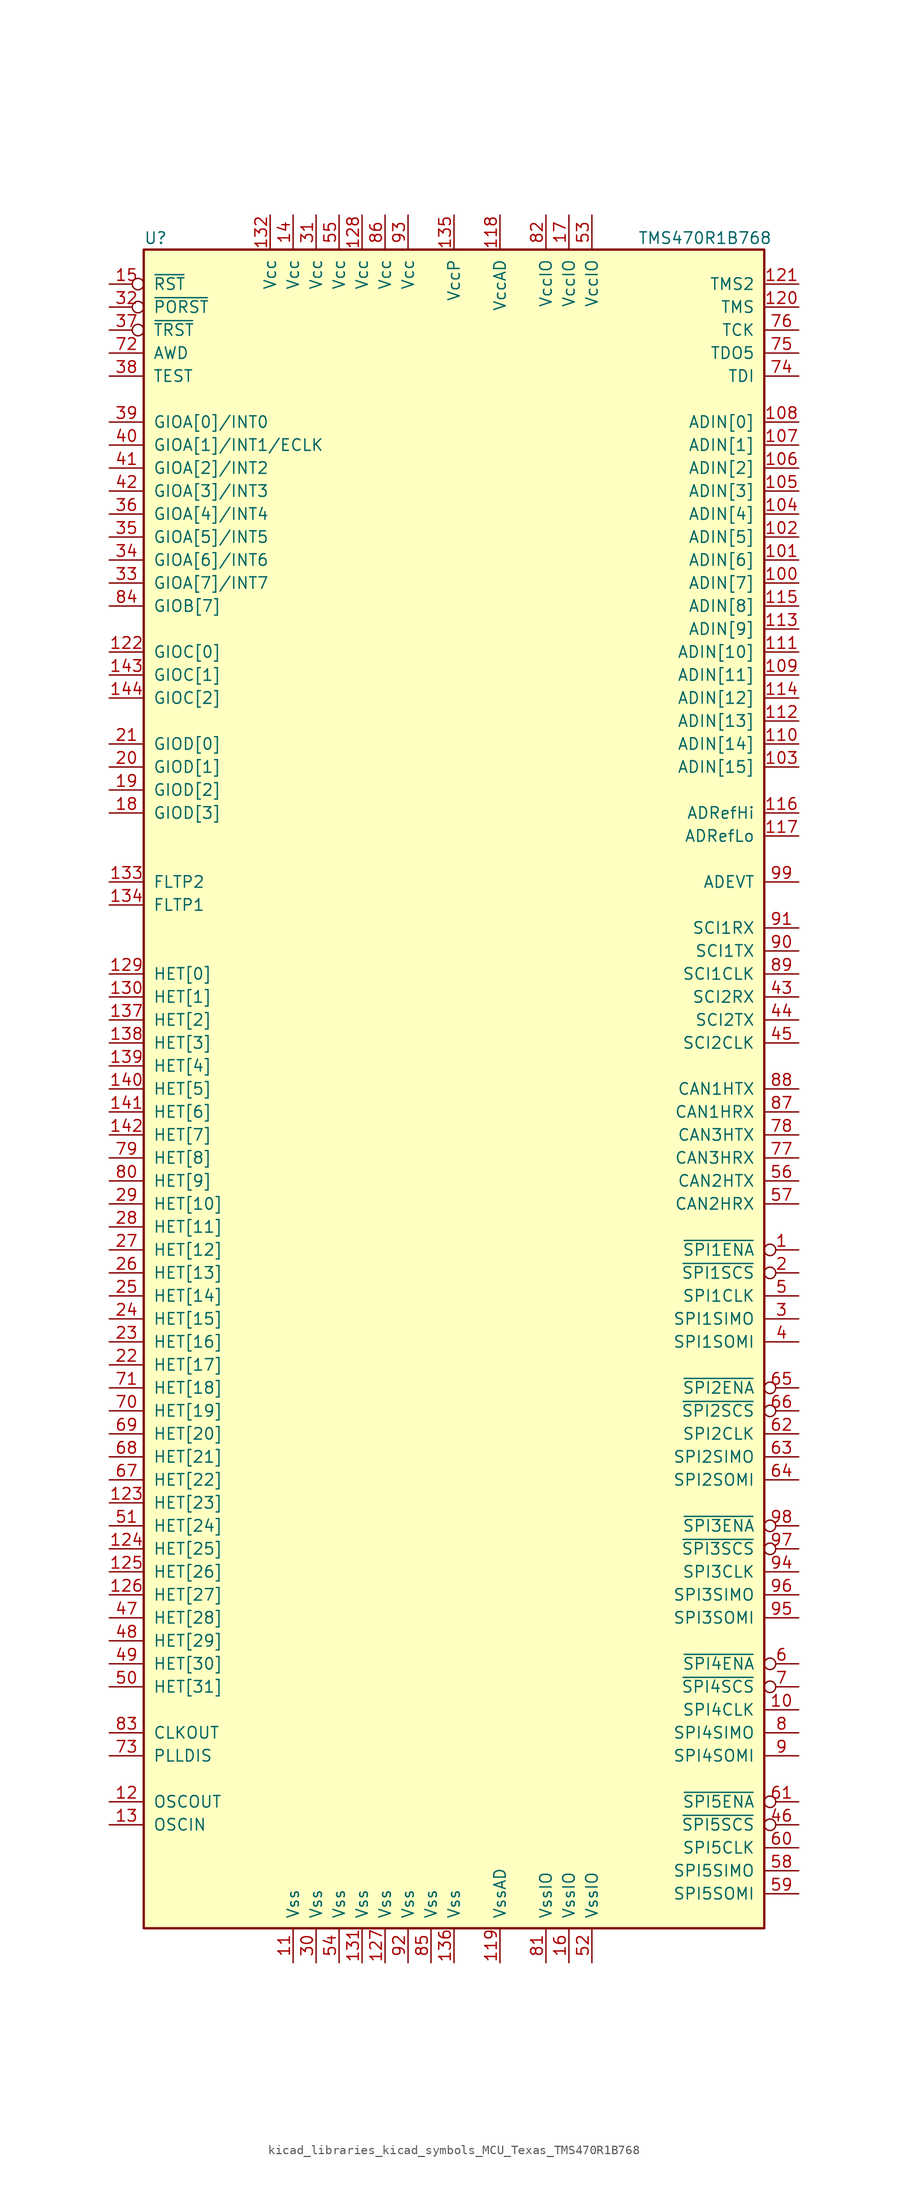
<source format=kicad_sym>
(kicad_symbol_lib
  (version 20220914)
  (generator kicad_symbol_editor)
  (symbol "kicad_libraries_kicad_symbols_MCU_Texas_TMS470R1B768"
    (pin_names
      (offset 1.016))
    (property "Reference" "U"
      (at -34.29 93.98 0)
      (effects (font (size 1.27 1.27)) (justify left)))
    (property "Value" "TMS470R1B768"
      (at 20.32 93.98 0)
      (effects (font (size 1.27 1.27)) (justify left)))
    (symbol "kicad_libraries_kicad_symbols_MCU_Texas_TMS470R1B768_0_1"
      (rectangle (start -34.29 92.71) (end 34.29 -92.71) (stroke (width 0.254) (type default)) (fill (type background))))
    (symbol "kicad_libraries_kicad_symbols_MCU_Texas_TMS470R1B768_1_1"
      (pin passive inverted (at 38.1 -17.78 180) (length 3.81) (name "~{SPI1ENA}" (effects (font (size 1.27 1.27)))) (number "1" (effects (font (size 1.27 1.27)))))
      (pin passive line (at 38.1 -68.58 180) (length 3.81) (name "SPI4CLK" (effects (font (size 1.27 1.27)))) (number "10" (effects (font (size 1.27 1.27)))))
      (pin passive line (at 38.1 55.88 180) (length 3.81) (name "ADIN[7]" (effects (font (size 1.27 1.27)))) (number "100" (effects (font (size 1.27 1.27)))))
      (pin passive line (at 38.1 58.42 180) (length 3.81) (name "ADIN[6]" (effects (font (size 1.27 1.27)))) (number "101" (effects (font (size 1.27 1.27)))))
      (pin passive line (at 38.1 60.96 180) (length 3.81) (name "ADIN[5]" (effects (font (size 1.27 1.27)))) (number "102" (effects (font (size 1.27 1.27)))))
      (pin passive line (at 38.1 35.56 180) (length 3.81) (name "ADIN[15]" (effects (font (size 1.27 1.27)))) (number "103" (effects (font (size 1.27 1.27)))))
      (pin passive line (at 38.1 63.5 180) (length 3.81) (name "ADIN[4]" (effects (font (size 1.27 1.27)))) (number "104" (effects (font (size 1.27 1.27)))))
      (pin passive line (at 38.1 66.04 180) (length 3.81) (name "ADIN[3]" (effects (font (size 1.27 1.27)))) (number "105" (effects (font (size 1.27 1.27)))))
      (pin passive line (at 38.1 68.58 180) (length 3.81) (name "ADIN[2]" (effects (font (size 1.27 1.27)))) (number "106" (effects (font (size 1.27 1.27)))))
      (pin passive line (at 38.1 71.12 180) (length 3.81) (name "ADIN[1]" (effects (font (size 1.27 1.27)))) (number "107" (effects (font (size 1.27 1.27)))))
      (pin passive line (at 38.1 73.66 180) (length 3.81) (name "ADIN[0]" (effects (font (size 1.27 1.27)))) (number "108" (effects (font (size 1.27 1.27)))))
      (pin passive line (at 38.1 45.72 180) (length 3.81) (name "ADIN[11]" (effects (font (size 1.27 1.27)))) (number "109" (effects (font (size 1.27 1.27)))))
      (pin power_in line (at -17.78 -96.52 90) (length 3.81) (name "Vss" (effects (font (size 1.27 1.27)))) (number "11" (effects (font (size 1.27 1.27)))))
      (pin passive line (at 38.1 38.1 180) (length 3.81) (name "ADIN[14]" (effects (font (size 1.27 1.27)))) (number "110" (effects (font (size 1.27 1.27)))))
      (pin passive line (at 38.1 48.26 180) (length 3.81) (name "ADIN[10]" (effects (font (size 1.27 1.27)))) (number "111" (effects (font (size 1.27 1.27)))))
      (pin passive line (at 38.1 40.64 180) (length 3.81) (name "ADIN[13]" (effects (font (size 1.27 1.27)))) (number "112" (effects (font (size 1.27 1.27)))))
      (pin passive line (at 38.1 50.8 180) (length 3.81) (name "ADIN[9]" (effects (font (size 1.27 1.27)))) (number "113" (effects (font (size 1.27 1.27)))))
      (pin passive line (at 38.1 43.18 180) (length 3.81) (name "ADIN[12]" (effects (font (size 1.27 1.27)))) (number "114" (effects (font (size 1.27 1.27)))))
      (pin passive line (at 38.1 53.34 180) (length 3.81) (name "ADIN[8]" (effects (font (size 1.27 1.27)))) (number "115" (effects (font (size 1.27 1.27)))))
      (pin passive line (at 38.1 30.48 180) (length 3.81) (name "ADRefHi" (effects (font (size 1.27 1.27)))) (number "116" (effects (font (size 1.27 1.27)))))
      (pin passive line (at 38.1 27.94 180) (length 3.81) (name "ADRefLo" (effects (font (size 1.27 1.27)))) (number "117" (effects (font (size 1.27 1.27)))))
      (pin passive line (at 5.08 96.52 270) (length 3.81) (name "VccAD" (effects (font (size 1.27 1.27)))) (number "118" (effects (font (size 1.27 1.27)))))
      (pin passive line (at 5.08 -96.52 90) (length 3.81) (name "VssAD" (effects (font (size 1.27 1.27)))) (number "119" (effects (font (size 1.27 1.27)))))
      (pin passive line (at -38.1 -78.74 0) (length 3.81) (name "OSCOUT" (effects (font (size 1.27 1.27)))) (number "12" (effects (font (size 1.27 1.27)))))
      (pin passive line (at 38.1 86.36 180) (length 3.81) (name "TMS" (effects (font (size 1.27 1.27)))) (number "120" (effects (font (size 1.27 1.27)))))
      (pin passive line (at 38.1 88.9 180) (length 3.81) (name "TMS2" (effects (font (size 1.27 1.27)))) (number "121" (effects (font (size 1.27 1.27)))))
      (pin passive line (at -38.1 48.26 0) (length 3.81) (name "GIOC[0]" (effects (font (size 1.27 1.27)))) (number "122" (effects (font (size 1.27 1.27)))))
      (pin passive line (at -38.1 -45.72 0) (length 3.81) (name "HET[23]" (effects (font (size 1.27 1.27)))) (number "123" (effects (font (size 1.27 1.27)))))
      (pin passive line (at -38.1 -50.8 0) (length 3.81) (name "HET[25]" (effects (font (size 1.27 1.27)))) (number "124" (effects (font (size 1.27 1.27)))))
      (pin passive line (at -38.1 -53.34 0) (length 3.81) (name "HET[26]" (effects (font (size 1.27 1.27)))) (number "125" (effects (font (size 1.27 1.27)))))
      (pin passive line (at -38.1 -55.88 0) (length 3.81) (name "HET[27]" (effects (font (size 1.27 1.27)))) (number "126" (effects (font (size 1.27 1.27)))))
      (pin passive line (at -7.62 -96.52 90) (length 3.81) (name "Vss" (effects (font (size 1.27 1.27)))) (number "127" (effects (font (size 1.27 1.27)))))
      (pin passive line (at -10.16 96.52 270) (length 3.81) (name "Vcc" (effects (font (size 1.27 1.27)))) (number "128" (effects (font (size 1.27 1.27)))))
      (pin passive line (at -38.1 12.7 0) (length 3.81) (name "HET[0]" (effects (font (size 1.27 1.27)))) (number "129" (effects (font (size 1.27 1.27)))))
      (pin passive line (at -38.1 -81.28 0) (length 3.81) (name "OSCIN" (effects (font (size 1.27 1.27)))) (number "13" (effects (font (size 1.27 1.27)))))
      (pin passive line (at -38.1 10.16 0) (length 3.81) (name "HET[1]" (effects (font (size 1.27 1.27)))) (number "130" (effects (font (size 1.27 1.27)))))
      (pin passive line (at -10.16 -96.52 90) (length 3.81) (name "Vss" (effects (font (size 1.27 1.27)))) (number "131" (effects (font (size 1.27 1.27)))))
      (pin passive line (at -20.32 96.52 270) (length 3.81) (name "Vcc" (effects (font (size 1.27 1.27)))) (number "132" (effects (font (size 1.27 1.27)))))
      (pin passive line (at -38.1 22.86 0) (length 3.81) (name "FLTP2" (effects (font (size 1.27 1.27)))) (number "133" (effects (font (size 1.27 1.27)))))
      (pin passive line (at -38.1 20.32 0) (length 3.81) (name "FLTP1" (effects (font (size 1.27 1.27)))) (number "134" (effects (font (size 1.27 1.27)))))
      (pin passive line (at 0 96.52 270) (length 3.81) (name "VccP" (effects (font (size 1.27 1.27)))) (number "135" (effects (font (size 1.27 1.27)))))
      (pin passive line (at 0 -96.52 90) (length 3.81) (name "Vss" (effects (font (size 1.27 1.27)))) (number "136" (effects (font (size 1.27 1.27)))))
      (pin passive line (at -38.1 7.62 0) (length 3.81) (name "HET[2]" (effects (font (size 1.27 1.27)))) (number "137" (effects (font (size 1.27 1.27)))))
      (pin passive line (at -38.1 5.08 0) (length 3.81) (name "HET[3]" (effects (font (size 1.27 1.27)))) (number "138" (effects (font (size 1.27 1.27)))))
      (pin passive line (at -38.1 2.54 0) (length 3.81) (name "HET[4]" (effects (font (size 1.27 1.27)))) (number "139" (effects (font (size 1.27 1.27)))))
      (pin power_in line (at -17.78 96.52 270) (length 3.81) (name "Vcc" (effects (font (size 1.27 1.27)))) (number "14" (effects (font (size 1.27 1.27)))))
      (pin passive line (at -38.1 0 0) (length 3.81) (name "HET[5]" (effects (font (size 1.27 1.27)))) (number "140" (effects (font (size 1.27 1.27)))))
      (pin passive line (at -38.1 -2.54 0) (length 3.81) (name "HET[6]" (effects (font (size 1.27 1.27)))) (number "141" (effects (font (size 1.27 1.27)))))
      (pin passive line (at -38.1 -5.08 0) (length 3.81) (name "HET[7]" (effects (font (size 1.27 1.27)))) (number "142" (effects (font (size 1.27 1.27)))))
      (pin passive line (at -38.1 45.72 0) (length 3.81) (name "GIOC[1]" (effects (font (size 1.27 1.27)))) (number "143" (effects (font (size 1.27 1.27)))))
      (pin passive line (at -38.1 43.18 0) (length 3.81) (name "GIOC[2]" (effects (font (size 1.27 1.27)))) (number "144" (effects (font (size 1.27 1.27)))))
      (pin input inverted (at -38.1 88.9 0) (length 3.81) (name "~{RST}" (effects (font (size 1.27 1.27)))) (number "15" (effects (font (size 1.27 1.27)))))
      (pin power_in line (at 12.7 -96.52 90) (length 3.81) (name "VssIO" (effects (font (size 1.27 1.27)))) (number "16" (effects (font (size 1.27 1.27)))))
      (pin power_in line (at 12.7 96.52 270) (length 3.81) (name "VccIO" (effects (font (size 1.27 1.27)))) (number "17" (effects (font (size 1.27 1.27)))))
      (pin passive line (at -38.1 30.48 0) (length 3.81) (name "GIOD[3]" (effects (font (size 1.27 1.27)))) (number "18" (effects (font (size 1.27 1.27)))))
      (pin passive line (at -38.1 33.02 0) (length 3.81) (name "GIOD[2]" (effects (font (size 1.27 1.27)))) (number "19" (effects (font (size 1.27 1.27)))))
      (pin passive inverted (at 38.1 -20.32 180) (length 3.81) (name "~{SPI1SCS}" (effects (font (size 1.27 1.27)))) (number "2" (effects (font (size 1.27 1.27)))))
      (pin passive line (at -38.1 35.56 0) (length 3.81) (name "GIOD[1]" (effects (font (size 1.27 1.27)))) (number "20" (effects (font (size 1.27 1.27)))))
      (pin passive line (at -38.1 38.1 0) (length 3.81) (name "GIOD[0]" (effects (font (size 1.27 1.27)))) (number "21" (effects (font (size 1.27 1.27)))))
      (pin passive line (at -38.1 -30.48 0) (length 3.81) (name "HET[17]" (effects (font (size 1.27 1.27)))) (number "22" (effects (font (size 1.27 1.27)))))
      (pin passive line (at -38.1 -27.94 0) (length 3.81) (name "HET[16]" (effects (font (size 1.27 1.27)))) (number "23" (effects (font (size 1.27 1.27)))))
      (pin passive line (at -38.1 -25.4 0) (length 3.81) (name "HET[15]" (effects (font (size 1.27 1.27)))) (number "24" (effects (font (size 1.27 1.27)))))
      (pin passive line (at -38.1 -22.86 0) (length 3.81) (name "HET[14]" (effects (font (size 1.27 1.27)))) (number "25" (effects (font (size 1.27 1.27)))))
      (pin passive line (at -38.1 -20.32 0) (length 3.81) (name "HET[13]" (effects (font (size 1.27 1.27)))) (number "26" (effects (font (size 1.27 1.27)))))
      (pin passive line (at -38.1 -17.78 0) (length 3.81) (name "HET[12]" (effects (font (size 1.27 1.27)))) (number "27" (effects (font (size 1.27 1.27)))))
      (pin passive line (at -38.1 -15.24 0) (length 3.81) (name "HET[11]" (effects (font (size 1.27 1.27)))) (number "28" (effects (font (size 1.27 1.27)))))
      (pin passive line (at -38.1 -12.7 0) (length 3.81) (name "HET[10]" (effects (font (size 1.27 1.27)))) (number "29" (effects (font (size 1.27 1.27)))))
      (pin passive line (at 38.1 -25.4 180) (length 3.81) (name "SPI1SIMO" (effects (font (size 1.27 1.27)))) (number "3" (effects (font (size 1.27 1.27)))))
      (pin passive line (at -15.24 -96.52 90) (length 3.81) (name "Vss" (effects (font (size 1.27 1.27)))) (number "30" (effects (font (size 1.27 1.27)))))
      (pin passive line (at -15.24 96.52 270) (length 3.81) (name "Vcc" (effects (font (size 1.27 1.27)))) (number "31" (effects (font (size 1.27 1.27)))))
      (pin input inverted (at -38.1 86.36 0) (length 3.81) (name "~{PORST}" (effects (font (size 1.27 1.27)))) (number "32" (effects (font (size 1.27 1.27)))))
      (pin passive line (at -38.1 55.88 0) (length 3.81) (name "GIOA[7]/INT7" (effects (font (size 1.27 1.27)))) (number "33" (effects (font (size 1.27 1.27)))))
      (pin passive line (at -38.1 58.42 0) (length 3.81) (name "GIOA[6]/INT6" (effects (font (size 1.27 1.27)))) (number "34" (effects (font (size 1.27 1.27)))))
      (pin passive line (at -38.1 60.96 0) (length 3.81) (name "GIOA[5]/INT5" (effects (font (size 1.27 1.27)))) (number "35" (effects (font (size 1.27 1.27)))))
      (pin passive line (at -38.1 63.5 0) (length 3.81) (name "GIOA[4]/INT4" (effects (font (size 1.27 1.27)))) (number "36" (effects (font (size 1.27 1.27)))))
      (pin input inverted (at -38.1 83.82 0) (length 3.81) (name "~{TRST}" (effects (font (size 1.27 1.27)))) (number "37" (effects (font (size 1.27 1.27)))))
      (pin passive line (at -38.1 78.74 0) (length 3.81) (name "TEST" (effects (font (size 1.27 1.27)))) (number "38" (effects (font (size 1.27 1.27)))))
      (pin input line (at -38.1 73.66 0) (length 3.81) (name "GIOA[0]/INT0" (effects (font (size 1.27 1.27)))) (number "39" (effects (font (size 1.27 1.27)))))
      (pin passive line (at 38.1 -27.94 180) (length 3.81) (name "SPI1SOMI" (effects (font (size 1.27 1.27)))) (number "4" (effects (font (size 1.27 1.27)))))
      (pin passive line (at -38.1 71.12 0) (length 3.81) (name "GIOA[1]/INT1/ECLK" (effects (font (size 1.27 1.27)))) (number "40" (effects (font (size 1.27 1.27)))))
      (pin passive line (at -38.1 68.58 0) (length 3.81) (name "GIOA[2]/INT2" (effects (font (size 1.27 1.27)))) (number "41" (effects (font (size 1.27 1.27)))))
      (pin passive line (at -38.1 66.04 0) (length 3.81) (name "GIOA[3]/INT3" (effects (font (size 1.27 1.27)))) (number "42" (effects (font (size 1.27 1.27)))))
      (pin passive line (at 38.1 10.16 180) (length 3.81) (name "SCI2RX" (effects (font (size 1.27 1.27)))) (number "43" (effects (font (size 1.27 1.27)))))
      (pin passive line (at 38.1 7.62 180) (length 3.81) (name "SCI2TX" (effects (font (size 1.27 1.27)))) (number "44" (effects (font (size 1.27 1.27)))))
      (pin passive line (at 38.1 5.08 180) (length 3.81) (name "SCI2CLK" (effects (font (size 1.27 1.27)))) (number "45" (effects (font (size 1.27 1.27)))))
      (pin passive inverted (at 38.1 -81.28 180) (length 3.81) (name "~{SPI5SCS}" (effects (font (size 1.27 1.27)))) (number "46" (effects (font (size 1.27 1.27)))))
      (pin passive line (at -38.1 -58.42 0) (length 3.81) (name "HET[28]" (effects (font (size 1.27 1.27)))) (number "47" (effects (font (size 1.27 1.27)))))
      (pin passive line (at -38.1 -60.96 0) (length 3.81) (name "HET[29]" (effects (font (size 1.27 1.27)))) (number "48" (effects (font (size 1.27 1.27)))))
      (pin passive line (at -38.1 -63.5 0) (length 3.81) (name "HET[30]" (effects (font (size 1.27 1.27)))) (number "49" (effects (font (size 1.27 1.27)))))
      (pin passive line (at 38.1 -22.86 180) (length 3.81) (name "SPI1CLK" (effects (font (size 1.27 1.27)))) (number "5" (effects (font (size 1.27 1.27)))))
      (pin passive line (at -38.1 -66.04 0) (length 3.81) (name "HET[31]" (effects (font (size 1.27 1.27)))) (number "50" (effects (font (size 1.27 1.27)))))
      (pin passive line (at -38.1 -48.26 0) (length 3.81) (name "HET[24]" (effects (font (size 1.27 1.27)))) (number "51" (effects (font (size 1.27 1.27)))))
      (pin power_in line (at 15.24 -96.52 90) (length 3.81) (name "VssIO" (effects (font (size 1.27 1.27)))) (number "52" (effects (font (size 1.27 1.27)))))
      (pin power_in line (at 15.24 96.52 270) (length 3.81) (name "VccIO" (effects (font (size 1.27 1.27)))) (number "53" (effects (font (size 1.27 1.27)))))
      (pin power_in line (at -12.7 -96.52 90) (length 3.81) (name "Vss" (effects (font (size 1.27 1.27)))) (number "54" (effects (font (size 1.27 1.27)))))
      (pin unspecified line (at -12.7 96.52 270) (length 3.81) (name "Vcc" (effects (font (size 1.27 1.27)))) (number "55" (effects (font (size 1.27 1.27)))))
      (pin passive line (at 38.1 -10.16 180) (length 3.81) (name "CAN2HTX" (effects (font (size 1.27 1.27)))) (number "56" (effects (font (size 1.27 1.27)))))
      (pin passive line (at 38.1 -12.7 180) (length 3.81) (name "CAN2HRX" (effects (font (size 1.27 1.27)))) (number "57" (effects (font (size 1.27 1.27)))))
      (pin passive line (at 38.1 -86.36 180) (length 3.81) (name "SPI5SIMO" (effects (font (size 1.27 1.27)))) (number "58" (effects (font (size 1.27 1.27)))))
      (pin passive line (at 38.1 -88.9 180) (length 3.81) (name "SPI5SOMI" (effects (font (size 1.27 1.27)))) (number "59" (effects (font (size 1.27 1.27)))))
      (pin passive inverted (at 38.1 -63.5 180) (length 3.81) (name "~{SPI4ENA}" (effects (font (size 1.27 1.27)))) (number "6" (effects (font (size 1.27 1.27)))))
      (pin passive line (at 38.1 -83.82 180) (length 3.81) (name "SPI5CLK" (effects (font (size 1.27 1.27)))) (number "60" (effects (font (size 1.27 1.27)))))
      (pin passive inverted (at 38.1 -78.74 180) (length 3.81) (name "~{SPI5ENA}" (effects (font (size 1.27 1.27)))) (number "61" (effects (font (size 1.27 1.27)))))
      (pin passive line (at 38.1 -38.1 180) (length 3.81) (name "SPI2CLK" (effects (font (size 1.27 1.27)))) (number "62" (effects (font (size 1.27 1.27)))))
      (pin passive line (at 38.1 -40.64 180) (length 3.81) (name "SPI2SIMO" (effects (font (size 1.27 1.27)))) (number "63" (effects (font (size 1.27 1.27)))))
      (pin passive line (at 38.1 -43.18 180) (length 3.81) (name "SPI2SOMI" (effects (font (size 1.27 1.27)))) (number "64" (effects (font (size 1.27 1.27)))))
      (pin passive inverted (at 38.1 -33.02 180) (length 3.81) (name "~{SPI2ENA}" (effects (font (size 1.27 1.27)))) (number "65" (effects (font (size 1.27 1.27)))))
      (pin passive inverted (at 38.1 -35.56 180) (length 3.81) (name "~{SPI2SCS}" (effects (font (size 1.27 1.27)))) (number "66" (effects (font (size 1.27 1.27)))))
      (pin passive line (at -38.1 -43.18 0) (length 3.81) (name "HET[22]" (effects (font (size 1.27 1.27)))) (number "67" (effects (font (size 1.27 1.27)))))
      (pin passive line (at -38.1 -40.64 0) (length 3.81) (name "HET[21]" (effects (font (size 1.27 1.27)))) (number "68" (effects (font (size 1.27 1.27)))))
      (pin passive line (at -38.1 -38.1 0) (length 3.81) (name "HET[20]" (effects (font (size 1.27 1.27)))) (number "69" (effects (font (size 1.27 1.27)))))
      (pin passive inverted (at 38.1 -66.04 180) (length 3.81) (name "~{SPI4SCS}" (effects (font (size 1.27 1.27)))) (number "7" (effects (font (size 1.27 1.27)))))
      (pin passive line (at -38.1 -35.56 0) (length 3.81) (name "HET[19]" (effects (font (size 1.27 1.27)))) (number "70" (effects (font (size 1.27 1.27)))))
      (pin passive line (at -38.1 -33.02 0) (length 3.81) (name "HET[18]" (effects (font (size 1.27 1.27)))) (number "71" (effects (font (size 1.27 1.27)))))
      (pin passive line (at -38.1 81.28 0) (length 3.81) (name "AWD" (effects (font (size 1.27 1.27)))) (number "72" (effects (font (size 1.27 1.27)))))
      (pin passive line (at -38.1 -73.66 0) (length 3.81) (name "PLLDIS" (effects (font (size 1.27 1.27)))) (number "73" (effects (font (size 1.27 1.27)))))
      (pin passive line (at 38.1 78.74 180) (length 3.81) (name "TDI" (effects (font (size 1.27 1.27)))) (number "74" (effects (font (size 1.27 1.27)))))
      (pin passive line (at 38.1 81.28 180) (length 3.81) (name "TDO5" (effects (font (size 1.27 1.27)))) (number "75" (effects (font (size 1.27 1.27)))))
      (pin passive line (at 38.1 83.82 180) (length 3.81) (name "TCK" (effects (font (size 1.27 1.27)))) (number "76" (effects (font (size 1.27 1.27)))))
      (pin passive line (at 38.1 -7.62 180) (length 3.81) (name "CAN3HRX" (effects (font (size 1.27 1.27)))) (number "77" (effects (font (size 1.27 1.27)))))
      (pin passive line (at 38.1 -5.08 180) (length 3.81) (name "CAN3HTX" (effects (font (size 1.27 1.27)))) (number "78" (effects (font (size 1.27 1.27)))))
      (pin passive line (at -38.1 -7.62 0) (length 3.81) (name "HET[8]" (effects (font (size 1.27 1.27)))) (number "79" (effects (font (size 1.27 1.27)))))
      (pin passive line (at 38.1 -71.12 180) (length 3.81) (name "SPI4SIMO" (effects (font (size 1.27 1.27)))) (number "8" (effects (font (size 1.27 1.27)))))
      (pin passive line (at -38.1 -10.16 0) (length 3.81) (name "HET[9]" (effects (font (size 1.27 1.27)))) (number "80" (effects (font (size 1.27 1.27)))))
      (pin passive line (at 10.16 -96.52 90) (length 3.81) (name "VssIO" (effects (font (size 1.27 1.27)))) (number "81" (effects (font (size 1.27 1.27)))))
      (pin passive line (at 10.16 96.52 270) (length 3.81) (name "VccIO" (effects (font (size 1.27 1.27)))) (number "82" (effects (font (size 1.27 1.27)))))
      (pin passive line (at -38.1 -71.12 0) (length 3.81) (name "CLKOUT" (effects (font (size 1.27 1.27)))) (number "83" (effects (font (size 1.27 1.27)))))
      (pin passive line (at -38.1 53.34 0) (length 3.81) (name "GIOB[7]" (effects (font (size 1.27 1.27)))) (number "84" (effects (font (size 1.27 1.27)))))
      (pin passive line (at -2.54 -96.52 90) (length 3.81) (name "Vss" (effects (font (size 1.27 1.27)))) (number "85" (effects (font (size 1.27 1.27)))))
      (pin passive line (at -7.62 96.52 270) (length 3.81) (name "Vcc" (effects (font (size 1.27 1.27)))) (number "86" (effects (font (size 1.27 1.27)))))
      (pin passive line (at 38.1 -2.54 180) (length 3.81) (name "CAN1HRX" (effects (font (size 1.27 1.27)))) (number "87" (effects (font (size 1.27 1.27)))))
      (pin passive line (at 38.1 0 180) (length 3.81) (name "CAN1HTX" (effects (font (size 1.27 1.27)))) (number "88" (effects (font (size 1.27 1.27)))))
      (pin passive line (at 38.1 12.7 180) (length 3.81) (name "SCI1CLK" (effects (font (size 1.27 1.27)))) (number "89" (effects (font (size 1.27 1.27)))))
      (pin passive line (at 38.1 -73.66 180) (length 3.81) (name "SPI4SOMI" (effects (font (size 1.27 1.27)))) (number "9" (effects (font (size 1.27 1.27)))))
      (pin passive line (at 38.1 15.24 180) (length 3.81) (name "SCI1TX" (effects (font (size 1.27 1.27)))) (number "90" (effects (font (size 1.27 1.27)))))
      (pin passive line (at 38.1 17.78 180) (length 3.81) (name "SCI1RX" (effects (font (size 1.27 1.27)))) (number "91" (effects (font (size 1.27 1.27)))))
      (pin passive line (at -5.08 -96.52 90) (length 3.81) (name "Vss" (effects (font (size 1.27 1.27)))) (number "92" (effects (font (size 1.27 1.27)))))
      (pin passive line (at -5.08 96.52 270) (length 3.81) (name "Vcc" (effects (font (size 1.27 1.27)))) (number "93" (effects (font (size 1.27 1.27)))))
      (pin passive line (at 38.1 -53.34 180) (length 3.81) (name "SPI3CLK" (effects (font (size 1.27 1.27)))) (number "94" (effects (font (size 1.27 1.27)))))
      (pin passive line (at 38.1 -58.42 180) (length 3.81) (name "SPI3SOMI" (effects (font (size 1.27 1.27)))) (number "95" (effects (font (size 1.27 1.27)))))
      (pin passive line (at 38.1 -55.88 180) (length 3.81) (name "SPI3SIMO" (effects (font (size 1.27 1.27)))) (number "96" (effects (font (size 1.27 1.27)))))
      (pin passive inverted (at 38.1 -50.8 180) (length 3.81) (name "~{SPI3SCS}" (effects (font (size 1.27 1.27)))) (number "97" (effects (font (size 1.27 1.27)))))
      (pin passive inverted (at 38.1 -48.26 180) (length 3.81) (name "~{SPI3ENA}" (effects (font (size 1.27 1.27)))) (number "98" (effects (font (size 1.27 1.27)))))
      (pin passive line (at 38.1 22.86 180) (length 3.81) (name "ADEVT" (effects (font (size 1.27 1.27)))) (number "99" (effects (font (size 1.27 1.27))))))))
</source>
